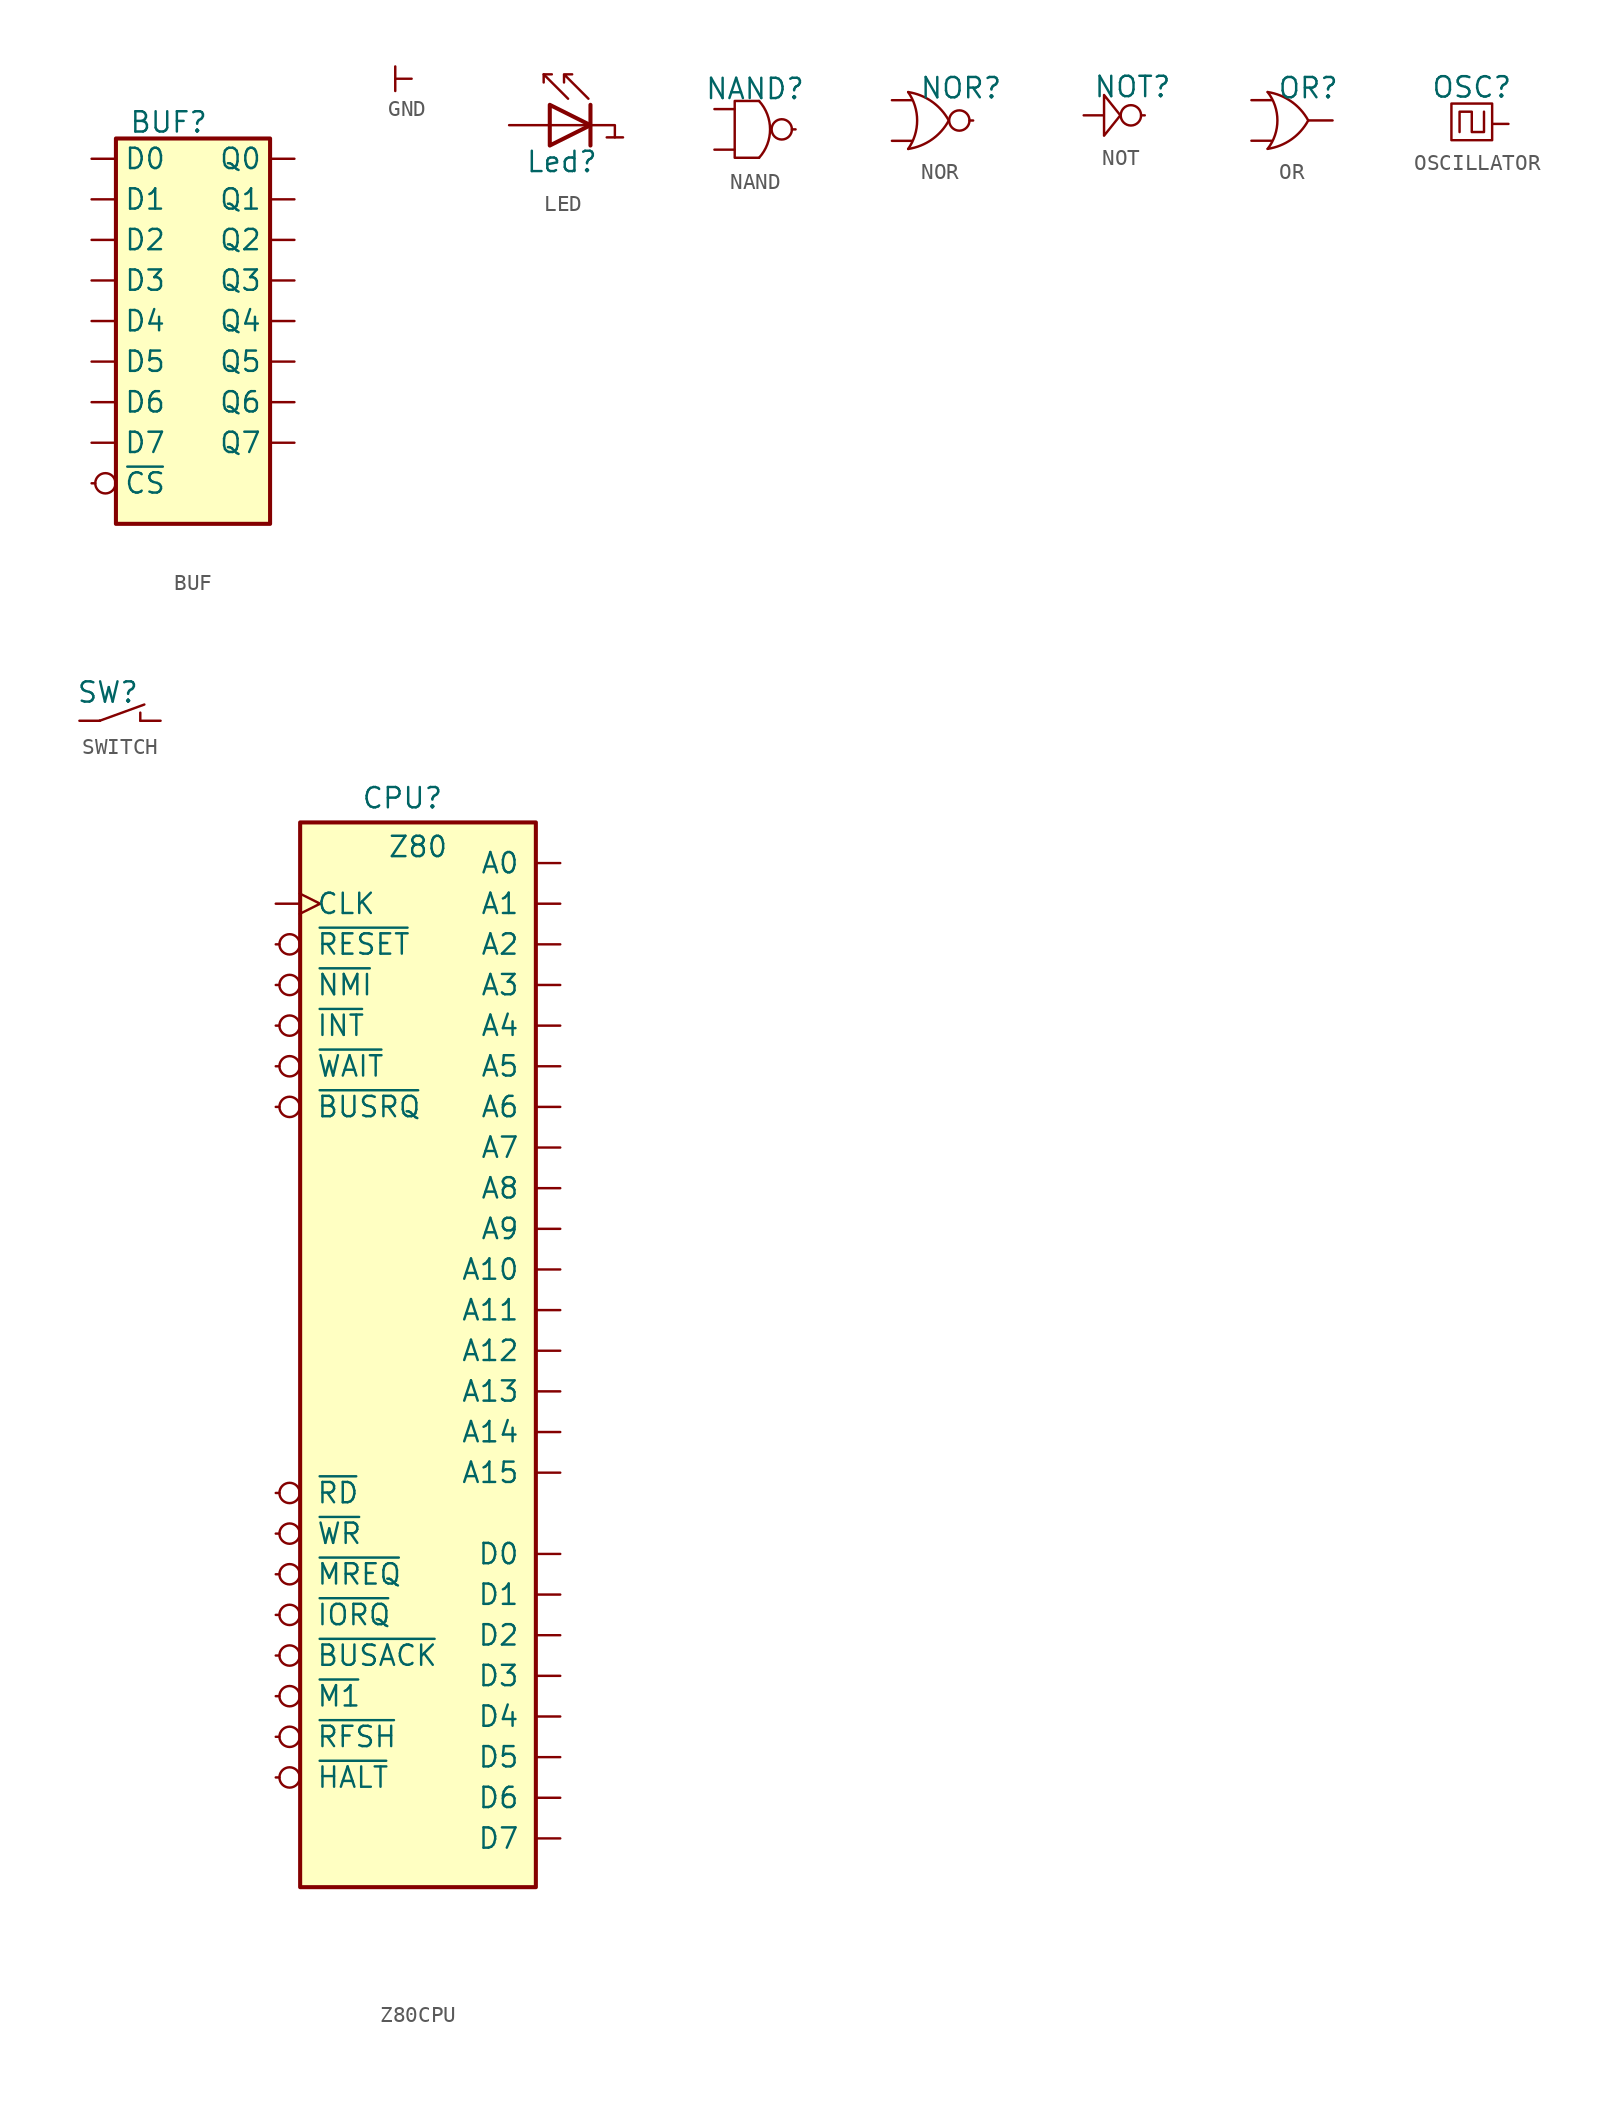
<source format=kicad_sym>
(kicad_symbol_lib
  (version 20220914)
  (generator kicad_symbol_editor)
  (symbol "BUF"
    (pin_numbers hide)
    (property "Reference" "BUF"
      (at -1.524 14.986 0)
      (effects (font (size 1.27 1.27))))
    (symbol "BUF_1_0"
      (pin input line (at -6.35 12.7 0) (length 1.5) (name "D0" (effects (font (size 1.27 1.27)))) (number "1" (effects (font (size 1.27 1.27)))))
      (pin tri_state line (at 6.35 10.16 180) (length 1.5) (name "Q1" (effects (font (size 1.27 1.27)))) (number "10" (effects (font (size 1.27 1.27)))))
      (pin tri_state line (at 6.35 7.62 180) (length 1.5) (name "Q2" (effects (font (size 1.27 1.27)))) (number "11" (effects (font (size 1.27 1.27)))))
      (pin tri_state line (at 6.35 5.08 180) (length 1.5) (name "Q3" (effects (font (size 1.27 1.27)))) (number "12" (effects (font (size 1.27 1.27)))))
      (pin tri_state line (at 6.35 2.54 180) (length 1.5) (name "Q4" (effects (font (size 1.27 1.27)))) (number "13" (effects (font (size 1.27 1.27)))))
      (pin tri_state line (at 6.35 0 180) (length 1.5) (name "Q5" (effects (font (size 1.27 1.27)))) (number "14" (effects (font (size 1.27 1.27)))))
      (pin tri_state line (at 6.35 -2.54 180) (length 1.5) (name "Q6" (effects (font (size 1.27 1.27)))) (number "15" (effects (font (size 1.27 1.27)))))
      (pin tri_state line (at 6.35 -5.08 180) (length 1.5) (name "Q7" (effects (font (size 1.27 1.27)))) (number "16" (effects (font (size 1.27 1.27)))))
      (pin input inverted (at -6.35 -7.62 0) (length 1.5) (name "~{CS}" (effects (font (size 1.27 1.27)))) (number "17" (effects (font (size 1.27 1.27)))))
      (pin input line (at -6.35 10.16 0) (length 1.5) (name "D1" (effects (font (size 1.27 1.27)))) (number "2" (effects (font (size 1.27 1.27)))))
      (pin input line (at -6.35 7.62 0) (length 1.5) (name "D2" (effects (font (size 1.27 1.27)))) (number "3" (effects (font (size 1.27 1.27)))))
      (pin input line (at -6.35 5.08 0) (length 1.5) (name "D3" (effects (font (size 1.27 1.27)))) (number "4" (effects (font (size 1.27 1.27)))))
      (pin input line (at -6.35 2.54 0) (length 1.5) (name "D4" (effects (font (size 1.27 1.27)))) (number "5" (effects (font (size 1.27 1.27)))))
      (pin input line (at -6.35 0 0) (length 1.5) (name "D5" (effects (font (size 1.27 1.27)))) (number "6" (effects (font (size 1.27 1.27)))))
      (pin input line (at -6.35 -2.54 0) (length 1.5) (name "D6" (effects (font (size 1.27 1.27)))) (number "7" (effects (font (size 1.27 1.27)))))
      (pin input line (at -6.35 -5.08 0) (length 1.5) (name "D7" (effects (font (size 1.27 1.27)))) (number "8" (effects (font (size 1.27 1.27)))))
      (pin tri_state line (at 6.35 12.7 180) (length 1.5) (name "Q0" (effects (font (size 1.27 1.27)))) (number "9" (effects (font (size 1.27 1.27))))))
    (symbol "BUF_1_1"
      (rectangle (start -4.826 13.97) (end 4.826 -10.16) (stroke (width 0.254) (type default)) (fill (type background)))))
  (symbol "GND"
    (power)
    (pin_numbers hide)
    (pin_names
      (offset 0) hide)
    (property "Reference" "GND"
      (at -6.35 -1.27 0)
      (effects (font (size 1.27 1.27)) hide))
    (property "Value" "GND"
      (at 0 0 0)
      (effects (font (size 0 0))))
    (symbol "GND_0_1"
      (polyline (pts (xy -1.016 0.762) (xy -1.016 -0.762)) (stroke (width 0) (type default)) (fill (type none))))
    (symbol "GND_1_1"
      (pin power_in line (at 0 0 180) (length 1) (name "gnd" (effects (font (size 0 0)))) (number "1" (effects (font (size 0 0)))))))
  (symbol "LED"
    (pin_numbers hide)
    (pin_names
      (offset 1.016) hide)
    (property "Reference" "Led"
      (at 1.016 -2.286 0)
      (effects (font (size 1.27 1.27)) (justify left)))
    (symbol "LED_0_1"
      (polyline (pts (xy 2.159 3.175) (xy 2.667 3.175)) (stroke (width 0) (type default)) (fill (type none)))
      (polyline (pts (xy 2.54 0) (xy 5.08 0)) (stroke (width 0) (type default)) (fill (type none)))
      (polyline (pts (xy 5.08 1.27) (xy 5.08 -1.27)) (stroke (width 0.254) (type default)) (fill (type none)))
      (polyline (pts (xy 3.683 1.651) (xy 2.159 3.175) (xy 2.159 2.667)) (stroke (width 0) (type default)) (fill (type none)))
      (polyline (pts (xy 6.096 -0.762) (xy 7.112 -0.762) (xy 6.858 -0.762)) (stroke (width 0) (type default)) (fill (type none)))
      (polyline (pts (xy 2.54 -1.27) (xy 5.08 0) (xy 2.54 1.27) (xy 2.54 -1.27)) (stroke (width 0.254) (type default)) (fill (type none)))
      (polyline (pts (xy 5.08 0) (xy 5.842 0) (xy 6.604 0) (xy 6.604 -0.762)) (stroke (width 0) (type default)) (fill (type none)))
      (polyline (pts (xy 4.953 1.651) (xy 3.429 3.175) (xy 3.429 2.667) (xy 3.429 3.175) (xy 3.937 3.175)) (stroke (width 0) (type default)) (fill (type none))))
    (symbol "LED_1_1"
      (pin input line (at 0 0 0) (length 2.54) (name "IN" (effects (font (size 1.27 1.27)))) (number "1" (effects (font (size 1.27 1.27)))))))
  (symbol "NAND"
    (pin_numbers hide)
    (pin_names hide)
    (property "Reference" "NAND"
      (at 0 2.54 0)
      (effects (font (size 1.27 1.27))))
    (symbol "NAND_0_1"
      (polyline (pts (xy 0.254 1.778) (xy -1.27 1.778) (xy -1.27 -1.778) (xy 0.254 -1.778)) (stroke (width 0) (type default)) (fill (type none)))
      (arc (start 0.254 -1.778) (mid 0.9428 0) (end 0.254 1.778) (stroke (width 0) (type default)) (fill (type none))))
    (symbol "NAND_1_1"
      (pin input line (at -2.54 1.27 0) (length 1.25) (name "IN0" (effects (font (size 1.27 1.27)))) (number "1" (effects (font (size 1.27 1.27)))))
      (pin input line (at -2.54 -1.27 0) (length 1.25) (name "IN1" (effects (font (size 1.27 1.27)))) (number "2" (effects (font (size 1.27 1.27)))))
      (pin output inverted (at 2.54 0 180) (length 1.5) (name "OUT" (effects (font (size 1.27 1.27)))) (number "3" (effects (font (size 1.27 1.27)))))))
  (symbol "NOR"
    (pin_numbers hide)
    (pin_names hide)
    (property "Reference" "NOR"
      (at 1.778 2.032 0)
      (effects (font (size 1.27 1.27))))
    (symbol "NOR_0_1"
      (arc (start -1.524 -1.778) (mid -0.9623 0) (end -1.524 1.778) (stroke (width 0) (type default)) (fill (type none)))
      (arc (start -1.524 -1.778) (mid -0.0432 -1.1901) (end 1.016 0) (stroke (width 0) (type default)) (fill (type none)))
      (arc (start 1.016 0) (mid -0.045 1.1875) (end -1.524 1.778) (stroke (width 0) (type default)) (fill (type none))))
    (symbol "NOR_1_1"
      (pin input line (at -2.54 1.27 0) (length 1.25) (name "IN0" (effects (font (size 1.27 1.27)))) (number "1" (effects (font (size 1.27 1.27)))))
      (pin input line (at -2.54 -1.27 0) (length 1.25) (name "IN1" (effects (font (size 1.27 1.27)))) (number "2" (effects (font (size 1.27 1.27)))))
      (pin output inverted (at 2.54 0 180) (length 1.5) (name "OUT" (effects (font (size 1.27 1.27)))) (number "3" (effects (font (size 1.27 1.27)))))))
  (symbol "NOT"
    (pin_numbers hide)
    (pin_names
      (offset 0) hide)
    (property "Reference" "NOT"
      (at 0.508 1.778 0)
      (effects (font (size 1.27 1.27))))
    (symbol "NOT_0_1"
      (polyline (pts (xy -1.27 1.27) (xy -0.254 0) (xy -1.27 -1.27) (xy -1.27 1.27)) (stroke (width 0) (type default)) (fill (type none))))
    (symbol "NOT_1_1"
      (pin input line (at -2.54 0 0) (length 1.25) (name "IN" (effects (font (size 1.27 1.27)))) (number "" (effects (font (size 1.27 1.27)))))
      (pin output inverted (at 1.27 0 180) (length 1.5) (name "OUT" (effects (font (size 1.27 1.27)))) (number "1" (effects (font (size 1.27 1.27)))))))
  (symbol "OR"
    (pin_numbers hide)
    (pin_names hide)
    (property "Reference" "OR"
      (at 1.016 2.032 0)
      (effects (font (size 1.27 1.27))))
    (symbol "OR_0_1"
      (arc (start -1.524 -1.778) (mid -0.9138 0) (end -1.524 1.778) (stroke (width 0) (type default)) (fill (type none)))
      (arc (start -1.524 -1.778) (mid -0.0433 -1.19) (end 1.016 0) (stroke (width 0) (type default)) (fill (type none)))
      (arc (start 1.016 0) (mid -0.0452 1.1873) (end -1.524 1.778) (stroke (width 0) (type default)) (fill (type none))))
    (symbol "OR_1_1"
      (pin input line (at -2.54 1.27 0) (length 1.25) (name "IN0" (effects (font (size 1.27 1.27)))) (number "1" (effects (font (size 1.27 1.27)))))
      (pin input line (at -2.54 -1.27 0) (length 1.25) (name "IN1" (effects (font (size 1.27 1.27)))) (number "2" (effects (font (size 1.27 1.27)))))
      (pin output line (at 2.54 0 180) (length 1.5) (name "OUT" (effects (font (size 1.27 1.27)))) (number "3" (effects (font (size 1.27 1.27)))))))
  (symbol "OSCILLATOR"
    (pin_numbers hide)
    (pin_names hide)
    (property "Reference" "OSC"
      (at -2.286 2.286 0)
      (effects (font (size 1.27 1.27))))
    (symbol "OSCILLATOR_0_1"
      (rectangle (start -3.556 1.27) (end -1.016 -1.016) (stroke (width 0) (type default)) (fill (type none)))
      (polyline (pts (xy -1.524 0.762) (xy -1.524 -0.508) (xy -2.286 -0.508) (xy -2.286 0.762) (xy -3.048 0.762) (xy -3.048 -0.508)) (stroke (width 0) (type default)) (fill (type none))))
    (symbol "OSCILLATOR_1_1"
      (pin output line (at 0 0 180) (length 1) (name "OUT" (effects (font (size 0 0)))) (number "1" (effects (font (size 0 0)))))))
  (symbol "SWITCH"
    (pin_numbers hide)
    (pin_names
      (offset 0) hide)
    (property "Reference" "SW"
      (at 1.778 1.778 0)
      (effects (font (size 1.27 1.27))))
    (symbol "SWITCH_0_1"
      (polyline (pts (xy 1.27 0) (xy 1.27 0)) (stroke (width 0) (type default)) (fill (type none)))
      (polyline (pts (xy 1.27 0) (xy 4.064 1.016)) (stroke (width 0) (type default)) (fill (type none)))
      (polyline (pts (xy 3.81 0.508) (xy 3.81 0)) (stroke (width 0) (type default)) (fill (type none))))
    (symbol "SWITCH_1_1"
      (pin passive line (at 0 0 0) (length 1.27) (name "IN1" (effects (font (size 1.27 1.27)))) (number "1" (effects (font (size 1.27 1.27)))))
      (pin passive line (at 5.08 0 180) (length 1.27) (name "IN2" (effects (font (size 1.27 1.27)))) (number "2" (effects (font (size 1.27 1.27)))))))
  (symbol "Z80CPU"
    (pin_numbers hide)
    (pin_names
      (offset 1.016))
    (property "Reference" "CPU"
      (at -3.556 34.544 0)
      (effects (font (size 1.27 1.27)) (justify left)))
    (property "Value" "Z80"
      (at 0 31.496 0)
      (effects (font (size 1.27 1.27))))
    (symbol "Z80CPU_0_1"
      (rectangle (start -7.366 33.02) (end 7.366 -33.528) (stroke (width 0.254) (type default)) (fill (type background))))
    (symbol "Z80CPU_1_1"
      (pin input clock (at -8.89 27.94 0) (length 1.5) (name "CLK" (effects (font (size 1.27 1.27)))) (number "1" (effects (font (size 1.27 1.27)))))
      (pin output inverted (at -8.89 -16.51 0) (length 1.5) (name "~{IORQ}" (effects (font (size 1.27 1.27)))) (number "10" (effects (font (size 1.27 1.27)))))
      (pin output inverted (at -8.89 -19.05 0) (length 1.5) (name "~{BUSACK}" (effects (font (size 1.27 1.27)))) (number "11" (effects (font (size 1.27 1.27)))))
      (pin output inverted (at -8.89 -21.59 0) (length 1.5) (name "~{M1}" (effects (font (size 1.27 1.27)))) (number "12" (effects (font (size 1.27 1.27)))))
      (pin output inverted (at -8.89 -24.13 0) (length 1.5) (name "~{RFSH}" (effects (font (size 1.27 1.27)))) (number "13" (effects (font (size 1.27 1.27)))))
      (pin output inverted (at -8.89 -26.67 0) (length 1.5) (name "~{HALT}" (effects (font (size 1.27 1.27)))) (number "14" (effects (font (size 1.27 1.27)))))
      (pin output line (at 8.89 30.48 180) (length 1.5) (name "A0" (effects (font (size 1.27 1.27)))) (number "15" (effects (font (size 1.27 1.27)))))
      (pin output line (at 8.89 27.94 180) (length 1.5) (name "A1" (effects (font (size 1.27 1.27)))) (number "17" (effects (font (size 1.27 1.27)))))
      (pin output line (at 8.89 25.4 180) (length 1.5) (name "A2" (effects (font (size 1.27 1.27)))) (number "18" (effects (font (size 1.27 1.27)))))
      (pin output line (at 8.89 22.86 180) (length 1.5) (name "A3" (effects (font (size 1.27 1.27)))) (number "19" (effects (font (size 1.27 1.27)))))
      (pin input inverted (at -8.89 25.4 0) (length 1.5) (name "~{RESET}" (effects (font (size 1.27 1.27)))) (number "2" (effects (font (size 1.27 1.27)))))
      (pin output line (at 8.89 20.32 180) (length 1.5) (name "A4" (effects (font (size 1.27 1.27)))) (number "20" (effects (font (size 1.27 1.27)))))
      (pin output line (at 8.89 17.78 180) (length 1.5) (name "A5" (effects (font (size 1.27 1.27)))) (number "21" (effects (font (size 1.27 1.27)))))
      (pin output line (at 8.89 15.24 180) (length 1.5) (name "A6" (effects (font (size 1.27 1.27)))) (number "22" (effects (font (size 1.27 1.27)))))
      (pin output line (at 8.89 12.7 180) (length 1.5) (name "A7" (effects (font (size 1.27 1.27)))) (number "23" (effects (font (size 1.27 1.27)))))
      (pin output line (at 8.89 10.16 180) (length 1.5) (name "A8" (effects (font (size 1.27 1.27)))) (number "24" (effects (font (size 1.27 1.27)))))
      (pin output line (at 8.89 7.62 180) (length 1.5) (name "A9" (effects (font (size 1.27 1.27)))) (number "25" (effects (font (size 1.27 1.27)))))
      (pin output line (at 8.89 5.08 180) (length 1.5) (name "A10" (effects (font (size 1.27 1.27)))) (number "26" (effects (font (size 1.27 1.27)))))
      (pin output line (at 8.89 2.54 180) (length 1.5) (name "A11" (effects (font (size 1.27 1.27)))) (number "27" (effects (font (size 1.27 1.27)))))
      (pin output line (at 8.89 0 180) (length 1.5) (name "A12" (effects (font (size 1.27 1.27)))) (number "28" (effects (font (size 1.27 1.27)))))
      (pin output line (at 8.89 -2.54 180) (length 1.5) (name "A13" (effects (font (size 1.27 1.27)))) (number "29" (effects (font (size 1.27 1.27)))))
      (pin input inverted (at -8.89 22.86 0) (length 1.5) (name "~{NMI}" (effects (font (size 1.27 1.27)))) (number "3" (effects (font (size 1.27 1.27)))))
      (pin output line (at 8.89 -5.08 180) (length 1.5) (name "A14" (effects (font (size 1.27 1.27)))) (number "30" (effects (font (size 1.27 1.27)))))
      (pin output line (at 8.89 -7.62 180) (length 1.5) (name "A15" (effects (font (size 1.27 1.27)))) (number "31" (effects (font (size 1.27 1.27)))))
      (pin bidirectional line (at 8.89 -12.7 180) (length 1.5) (name "D0" (effects (font (size 1.27 1.27)))) (number "32" (effects (font (size 1.27 1.27)))))
      (pin bidirectional line (at 8.89 -15.24 180) (length 1.5) (name "D1" (effects (font (size 1.27 1.27)))) (number "33" (effects (font (size 1.27 1.27)))))
      (pin bidirectional line (at 8.89 -17.78 180) (length 1.5) (name "D2" (effects (font (size 1.27 1.27)))) (number "34" (effects (font (size 1.27 1.27)))))
      (pin bidirectional line (at 8.89 -20.32 180) (length 1.5) (name "D3" (effects (font (size 1.27 1.27)))) (number "35" (effects (font (size 1.27 1.27)))))
      (pin bidirectional line (at 8.89 -22.86 180) (length 1.5) (name "D4" (effects (font (size 1.27 1.27)))) (number "36" (effects (font (size 1.27 1.27)))))
      (pin bidirectional line (at 8.89 -25.4 180) (length 1.5) (name "D5" (effects (font (size 1.27 1.27)))) (number "37" (effects (font (size 1.27 1.27)))))
      (pin bidirectional line (at 8.89 -27.94 180) (length 1.5) (name "D6" (effects (font (size 1.27 1.27)))) (number "38" (effects (font (size 1.27 1.27)))))
      (pin bidirectional line (at 8.89 -30.48 180) (length 1.5) (name "D7" (effects (font (size 1.27 1.27)))) (number "39" (effects (font (size 1.27 1.27)))))
      (pin input inverted (at -8.89 20.32 0) (length 1.5) (name "~{INT}" (effects (font (size 1.27 1.27)))) (number "4" (effects (font (size 1.27 1.27)))))
      (pin input inverted (at -8.89 17.78 0) (length 1.5) (name "~{WAIT}" (effects (font (size 1.27 1.27)))) (number "5" (effects (font (size 1.27 1.27)))))
      (pin input inverted (at -8.89 15.24 0) (length 1.5) (name "~{BUSRQ}" (effects (font (size 1.27 1.27)))) (number "6" (effects (font (size 1.27 1.27)))))
      (pin output inverted (at -8.89 -8.89 0) (length 1.5) (name "~{RD}" (effects (font (size 1.27 1.27)))) (number "7" (effects (font (size 1.27 1.27)))))
      (pin output inverted (at -8.89 -11.43 0) (length 1.5) (name "~{WR}" (effects (font (size 1.27 1.27)))) (number "8" (effects (font (size 1.27 1.27)))))
      (pin output inverted (at -8.89 -13.97 0) (length 1.5) (name "~{MREQ}" (effects (font (size 1.27 1.27)))) (number "9" (effects (font (size 1.27 1.27))))))))
</source>
